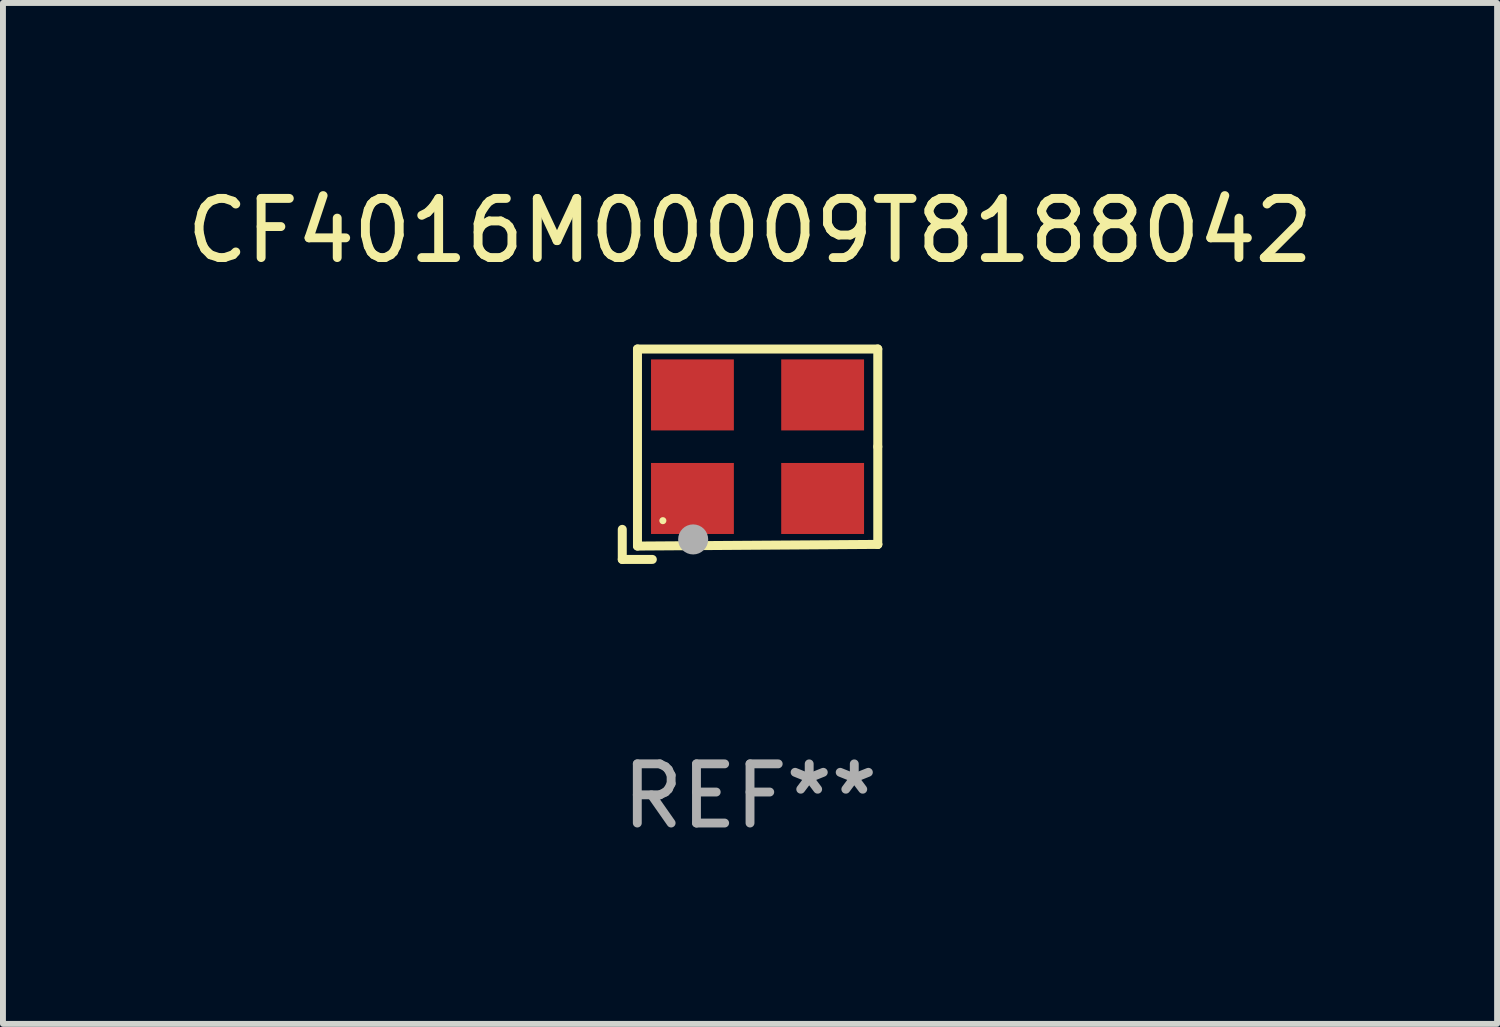
<source format=kicad_pcb>
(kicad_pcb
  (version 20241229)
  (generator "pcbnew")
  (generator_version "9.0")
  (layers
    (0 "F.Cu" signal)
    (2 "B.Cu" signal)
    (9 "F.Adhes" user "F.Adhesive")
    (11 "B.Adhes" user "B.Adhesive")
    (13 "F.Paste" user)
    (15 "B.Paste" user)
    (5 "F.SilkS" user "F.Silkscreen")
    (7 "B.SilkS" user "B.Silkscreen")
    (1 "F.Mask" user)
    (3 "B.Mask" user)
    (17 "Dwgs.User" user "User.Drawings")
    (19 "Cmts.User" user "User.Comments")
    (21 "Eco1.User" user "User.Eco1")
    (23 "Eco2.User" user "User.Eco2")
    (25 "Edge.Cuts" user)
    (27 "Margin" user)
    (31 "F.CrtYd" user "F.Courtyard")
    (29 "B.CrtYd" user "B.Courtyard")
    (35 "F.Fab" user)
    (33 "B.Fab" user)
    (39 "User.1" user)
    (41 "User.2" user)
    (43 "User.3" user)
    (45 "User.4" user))
  (footprint "CF4016M00009T8188042"
    (layer "F.Cu")
    (at 9.625 4.626)
    (property "Reference" "CF4016M00009T8188042" (at 0 -3.778 0) (layer "F.SilkS") (effects (font (size 1 1) (thickness 0.15))))
    (attr through_hole)
    (fp_line (start -2.159 1.27) (end -2.159 1.778) (stroke (width 0.152) (type solid)) (layer "F.SilkS"))
    (fp_line (start -2.159 1.778) (end -1.651 1.778) (stroke (width 0.152) (type solid)) (layer "F.SilkS"))
    (fp_line (start -1.902 -1.778) (end 2.159 -1.778) (stroke (width 0.152) (type solid)) (layer "F.SilkS"))
    (fp_line (start -1.902 1.552) (end -1.902 -1.778) (stroke (width 0.152) (type solid)) (layer "F.SilkS"))
    (fp_line (start 2.159 -1.778) (end 2.159 -0.127) (stroke (width 0.152) (type solid)) (layer "F.SilkS"))
    (fp_line (start 2.159 -0.127) (end 2.159 1.524) (stroke (width 0.152) (type solid)) (layer "F.SilkS"))
    (fp_line (start 2.159 1.524) (end -1.902 1.552) (stroke (width 0.152) (type solid)) (layer "F.SilkS"))
    (fp_line (start 2.159 1.524) (end 2.159 1.524) (stroke (width 0.152) (type solid)) (layer "F.SilkS"))
    (fp_circle (center -1.473 1.123) (end -1.443 1.123) (stroke (width 0.06) (type solid)) (fill no) (layer "F.SilkS"))
    (fp_circle (center -0.961 1.44) (end -0.834 1.44) (stroke (width 0.254) (type solid)) (fill no) (layer "F.Fab"))
    (fp_text user "REF**" (at 0 5.778 0) (layer "F.Fab") (effects (font (size 1 1) (thickness 0.15))))
    (pad "1" smd rect (at -0.973 0.748) (size 1.4 1.2) (layers "F.Cu" "F.Mask" "F.Paste"))
    (pad "2" smd rect (at 1.227 0.748) (size 1.4 1.2) (layers "F.Cu" "F.Mask" "F.Paste"))
    (pad "3" smd rect (at 1.227 -1.002) (size 1.4 1.2) (layers "F.Cu" "F.Mask" "F.Paste"))
    (pad "4" smd rect (at -0.973 -1.002) (size 1.4 1.2) (layers "F.Cu" "F.Mask" "F.Paste")))
  (gr_rect
    (start -3 -3)
    (end 22.25 14.253)
    (stroke (width 0.1) (type default))
    (fill no)
    (layer "Edge.Cuts")))
</source>
